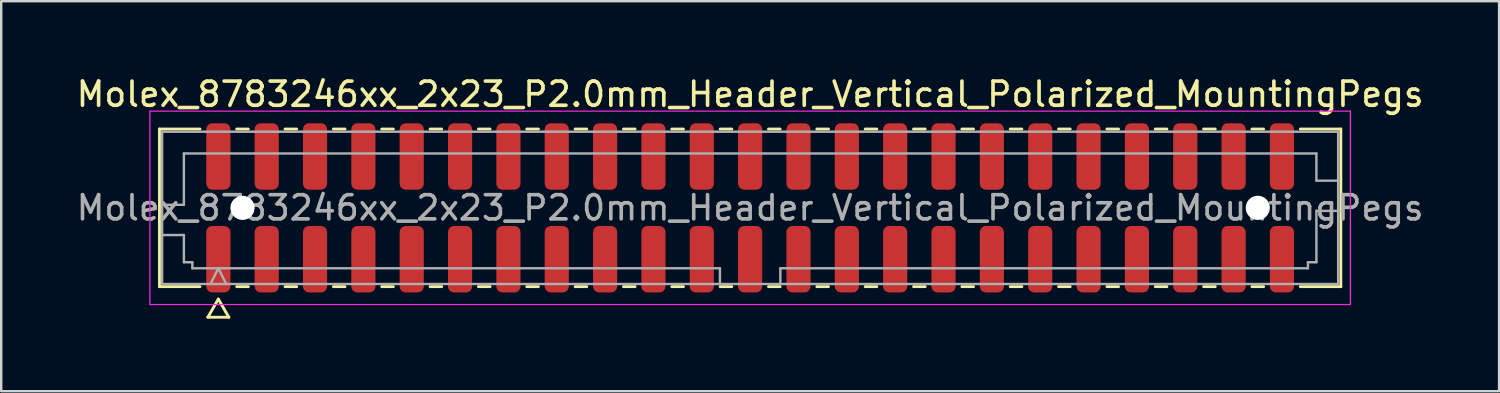
<source format=kicad_pcb>
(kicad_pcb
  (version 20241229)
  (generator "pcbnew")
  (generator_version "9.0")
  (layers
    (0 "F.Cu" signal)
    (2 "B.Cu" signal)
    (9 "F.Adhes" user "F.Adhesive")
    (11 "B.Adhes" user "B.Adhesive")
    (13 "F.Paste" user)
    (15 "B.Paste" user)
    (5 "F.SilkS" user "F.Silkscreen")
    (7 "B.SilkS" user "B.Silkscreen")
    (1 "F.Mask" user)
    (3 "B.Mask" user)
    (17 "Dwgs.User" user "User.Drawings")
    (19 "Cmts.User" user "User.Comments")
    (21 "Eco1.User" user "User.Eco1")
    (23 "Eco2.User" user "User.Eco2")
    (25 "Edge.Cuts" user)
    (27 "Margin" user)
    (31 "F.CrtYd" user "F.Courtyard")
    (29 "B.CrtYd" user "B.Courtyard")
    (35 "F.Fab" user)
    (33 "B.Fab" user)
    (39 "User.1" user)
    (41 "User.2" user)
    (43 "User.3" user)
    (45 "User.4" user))
  (footprint "Molex_8783246xx_2x23_P2.0mm_Header_Vertical_Polarized_MountingPegs"
    (layer "F.Cu")
    (at 27.982 5.548)
    (property "Reference" "Molex_8783246xx_2x23_P2.0mm_Header_Vertical_Polarized_MountingPegs" (at 0 -4.7 0) (layer "F.SilkS") (effects (font (size 1 1) (thickness 0.15))))
    (attr smd)
    (fp_line (start -24.435 -3.26) (end -22.76 -3.26) (stroke (width 0.12) (type solid)) (layer "F.SilkS"))
    (fp_line (start -24.435 3.26) (end -24.435 -3.26) (stroke (width 0.12) (type solid)) (layer "F.SilkS"))
    (fp_line (start -22.76 3.26) (end -24.435 3.26) (stroke (width 0.12) (type solid)) (layer "F.SilkS"))
    (fp_line (start -22.433 4.525) (end -22 3.775) (stroke (width 0.12) (type solid)) (layer "F.SilkS"))
    (fp_line (start -22 3.775) (end -21.567 4.525) (stroke (width 0.12) (type solid)) (layer "F.SilkS"))
    (fp_line (start -21.567 4.525) (end -22.433 4.525) (stroke (width 0.12) (type solid)) (layer "F.SilkS"))
    (fp_line (start -21.24 -3.26) (end -20.76 -3.26) (stroke (width 0.12) (type solid)) (layer "F.SilkS"))
    (fp_line (start -20.76 3.26) (end -21.24 3.26) (stroke (width 0.12) (type solid)) (layer "F.SilkS"))
    (fp_line (start -19.24 -3.26) (end -18.76 -3.26) (stroke (width 0.12) (type solid)) (layer "F.SilkS"))
    (fp_line (start -18.76 3.26) (end -19.24 3.26) (stroke (width 0.12) (type solid)) (layer "F.SilkS"))
    (fp_line (start -17.24 -3.26) (end -16.76 -3.26) (stroke (width 0.12) (type solid)) (layer "F.SilkS"))
    (fp_line (start -16.76 3.26) (end -17.24 3.26) (stroke (width 0.12) (type solid)) (layer "F.SilkS"))
    (fp_line (start -15.24 -3.26) (end -14.76 -3.26) (stroke (width 0.12) (type solid)) (layer "F.SilkS"))
    (fp_line (start -14.76 3.26) (end -15.24 3.26) (stroke (width 0.12) (type solid)) (layer "F.SilkS"))
    (fp_line (start -13.24 -3.26) (end -12.76 -3.26) (stroke (width 0.12) (type solid)) (layer "F.SilkS"))
    (fp_line (start -12.76 3.26) (end -13.24 3.26) (stroke (width 0.12) (type solid)) (layer "F.SilkS"))
    (fp_line (start -11.24 -3.26) (end -10.76 -3.26) (stroke (width 0.12) (type solid)) (layer "F.SilkS"))
    (fp_line (start -10.76 3.26) (end -11.24 3.26) (stroke (width 0.12) (type solid)) (layer "F.SilkS"))
    (fp_line (start -9.24 -3.26) (end -8.76 -3.26) (stroke (width 0.12) (type solid)) (layer "F.SilkS"))
    (fp_line (start -8.76 3.26) (end -9.24 3.26) (stroke (width 0.12) (type solid)) (layer "F.SilkS"))
    (fp_line (start -7.24 -3.26) (end -6.76 -3.26) (stroke (width 0.12) (type solid)) (layer "F.SilkS"))
    (fp_line (start -6.76 3.26) (end -7.24 3.26) (stroke (width 0.12) (type solid)) (layer "F.SilkS"))
    (fp_line (start -5.24 -3.26) (end -4.76 -3.26) (stroke (width 0.12) (type solid)) (layer "F.SilkS"))
    (fp_line (start -4.76 3.26) (end -5.24 3.26) (stroke (width 0.12) (type solid)) (layer "F.SilkS"))
    (fp_line (start -3.24 -3.26) (end -2.76 -3.26) (stroke (width 0.12) (type solid)) (layer "F.SilkS"))
    (fp_line (start -2.76 3.26) (end -3.24 3.26) (stroke (width 0.12) (type solid)) (layer "F.SilkS"))
    (fp_line (start -1.24 -3.26) (end -0.76 -3.26) (stroke (width 0.12) (type solid)) (layer "F.SilkS"))
    (fp_line (start -0.76 3.26) (end -1.24 3.26) (stroke (width 0.12) (type solid)) (layer "F.SilkS"))
    (fp_line (start 0.76 -3.26) (end 1.24 -3.26) (stroke (width 0.12) (type solid)) (layer "F.SilkS"))
    (fp_line (start 1.24 3.26) (end 0.76 3.26) (stroke (width 0.12) (type solid)) (layer "F.SilkS"))
    (fp_line (start 2.76 -3.26) (end 3.24 -3.26) (stroke (width 0.12) (type solid)) (layer "F.SilkS"))
    (fp_line (start 3.24 3.26) (end 2.76 3.26) (stroke (width 0.12) (type solid)) (layer "F.SilkS"))
    (fp_line (start 4.76 -3.26) (end 5.24 -3.26) (stroke (width 0.12) (type solid)) (layer "F.SilkS"))
    (fp_line (start 5.24 3.26) (end 4.76 3.26) (stroke (width 0.12) (type solid)) (layer "F.SilkS"))
    (fp_line (start 6.76 -3.26) (end 7.24 -3.26) (stroke (width 0.12) (type solid)) (layer "F.SilkS"))
    (fp_line (start 7.24 3.26) (end 6.76 3.26) (stroke (width 0.12) (type solid)) (layer "F.SilkS"))
    (fp_line (start 8.76 -3.26) (end 9.24 -3.26) (stroke (width 0.12) (type solid)) (layer "F.SilkS"))
    (fp_line (start 9.24 3.26) (end 8.76 3.26) (stroke (width 0.12) (type solid)) (layer "F.SilkS"))
    (fp_line (start 10.76 -3.26) (end 11.24 -3.26) (stroke (width 0.12) (type solid)) (layer "F.SilkS"))
    (fp_line (start 11.24 3.26) (end 10.76 3.26) (stroke (width 0.12) (type solid)) (layer "F.SilkS"))
    (fp_line (start 12.76 -3.26) (end 13.24 -3.26) (stroke (width 0.12) (type solid)) (layer "F.SilkS"))
    (fp_line (start 13.24 3.26) (end 12.76 3.26) (stroke (width 0.12) (type solid)) (layer "F.SilkS"))
    (fp_line (start 14.76 -3.26) (end 15.24 -3.26) (stroke (width 0.12) (type solid)) (layer "F.SilkS"))
    (fp_line (start 15.24 3.26) (end 14.76 3.26) (stroke (width 0.12) (type solid)) (layer "F.SilkS"))
    (fp_line (start 16.76 -3.26) (end 17.24 -3.26) (stroke (width 0.12) (type solid)) (layer "F.SilkS"))
    (fp_line (start 17.24 3.26) (end 16.76 3.26) (stroke (width 0.12) (type solid)) (layer "F.SilkS"))
    (fp_line (start 18.76 -3.26) (end 19.24 -3.26) (stroke (width 0.12) (type solid)) (layer "F.SilkS"))
    (fp_line (start 19.24 3.26) (end 18.76 3.26) (stroke (width 0.12) (type solid)) (layer "F.SilkS"))
    (fp_line (start 20.76 -3.26) (end 21.24 -3.26) (stroke (width 0.12) (type solid)) (layer "F.SilkS"))
    (fp_line (start 21.24 3.26) (end 20.76 3.26) (stroke (width 0.12) (type solid)) (layer "F.SilkS"))
    (fp_line (start 22.76 -3.26) (end 24.435 -3.26) (stroke (width 0.12) (type solid)) (layer "F.SilkS"))
    (fp_line (start 24.435 -3.26) (end 24.435 3.26) (stroke (width 0.12) (type solid)) (layer "F.SilkS"))
    (fp_line (start 24.435 3.26) (end 22.76 3.26) (stroke (width 0.12) (type solid)) (layer "F.SilkS"))
    (fp_line (start -24.83 -4) (end -24.83 4) (stroke (width 0.05) (type solid)) (layer "F.CrtYd"))
    (fp_line (start -24.83 4) (end 24.83 4) (stroke (width 0.05) (type solid)) (layer "F.CrtYd"))
    (fp_line (start 24.83 -4) (end -24.83 -4) (stroke (width 0.05) (type solid)) (layer "F.CrtYd"))
    (fp_line (start 24.83 4) (end 24.83 -4) (stroke (width 0.05) (type solid)) (layer "F.CrtYd"))
    (fp_line (start -24.325 -3.15) (end 24.325 -3.15) (stroke (width 0.1) (type solid)) (layer "F.Fab"))
    (fp_line (start -24.325 -0.125) (end -23.425 -0.125) (stroke (width 0.1) (type solid)) (layer "F.Fab"))
    (fp_line (start -24.325 1.125) (end -23.425 1.125) (stroke (width 0.1) (type solid)) (layer "F.Fab"))
    (fp_line (start -24.325 3.15) (end -24.325 -3.15) (stroke (width 0.1) (type solid)) (layer "F.Fab"))
    (fp_line (start -23.425 -2.25) (end 23.425 -2.25) (stroke (width 0.1) (type solid)) (layer "F.Fab"))
    (fp_line (start -23.425 -0.125) (end -23.425 -2.25) (stroke (width 0.1) (type solid)) (layer "F.Fab"))
    (fp_line (start -23.425 1.125) (end -23.425 2.25) (stroke (width 0.1) (type solid)) (layer "F.Fab"))
    (fp_line (start -23.425 2.25) (end -23.075 2.25) (stroke (width 0.1) (type solid)) (layer "F.Fab"))
    (fp_line (start -23.075 2.25) (end -23.075 2.5) (stroke (width 0.1) (type solid)) (layer "F.Fab"))
    (fp_line (start -23.075 2.5) (end -1.25 2.5) (stroke (width 0.1) (type solid)) (layer "F.Fab"))
    (fp_line (start -22.325 3.15) (end -22 2.5) (stroke (width 0.1) (type solid)) (layer "F.Fab"))
    (fp_line (start -22 2.5) (end -21.675 3.15) (stroke (width 0.1) (type solid)) (layer "F.Fab"))
    (fp_line (start -1.25 2.5) (end -1.25 3.15) (stroke (width 0.1) (type solid)) (layer "F.Fab"))
    (fp_line (start 1.25 2.5) (end 1.25 3.15) (stroke (width 0.1) (type solid)) (layer "F.Fab"))
    (fp_line (start 1.25 2.5) (end 23.075 2.5) (stroke (width 0.1) (type solid)) (layer "F.Fab"))
    (fp_line (start 23.075 2.25) (end 23.425 2.25) (stroke (width 0.1) (type solid)) (layer "F.Fab"))
    (fp_line (start 23.075 2.5) (end 23.075 2.25) (stroke (width 0.1) (type solid)) (layer "F.Fab"))
    (fp_line (start 23.425 -2.25) (end 23.425 -1.125) (stroke (width 0.1) (type solid)) (layer "F.Fab"))
    (fp_line (start 23.425 -1.125) (end 24.325 -1.125) (stroke (width 0.1) (type solid)) (layer "F.Fab"))
    (fp_line (start 23.425 0.125) (end 24.325 0.125) (stroke (width 0.1) (type solid)) (layer "F.Fab"))
    (fp_line (start 23.425 2.25) (end 23.425 0.125) (stroke (width 0.1) (type solid)) (layer "F.Fab"))
    (fp_line (start 24.325 -3.15) (end 24.325 3.15) (stroke (width 0.1) (type solid)) (layer "F.Fab"))
    (fp_line (start 24.325 3.15) (end -24.325 3.15) (stroke (width 0.1) (type solid)) (layer "F.Fab"))
    (fp_text user "${REFERENCE}" (at 0 0 0) (layer "F.Fab") (effects (font (size 1 1) (thickness 0.15))))
    (pad "" np_thru_hole circle (at -21 0) (size 1 1) (drill 1) (layers "*.Cu" "*.Mask"))
    (pad "" np_thru_hole circle (at 21 0) (size 1 1) (drill 1) (layers "*.Cu" "*.Mask"))
    (pad "1" smd roundrect (at -22 2.125) (size 1 2.75) (layers "F.Cu" "F.Mask" "F.Paste") (roundrect_rratio 0.25))
    (pad "2" smd roundrect (at -22 -2.125) (size 1 2.75) (layers "F.Cu" "F.Mask" "F.Paste") (roundrect_rratio 0.25))
    (pad "3" smd roundrect (at -20 2.125) (size 1 2.75) (layers "F.Cu" "F.Mask" "F.Paste") (roundrect_rratio 0.25))
    (pad "4" smd roundrect (at -20 -2.125) (size 1 2.75) (layers "F.Cu" "F.Mask" "F.Paste") (roundrect_rratio 0.25))
    (pad "5" smd roundrect (at -18 2.125) (size 1 2.75) (layers "F.Cu" "F.Mask" "F.Paste") (roundrect_rratio 0.25))
    (pad "6" smd roundrect (at -18 -2.125) (size 1 2.75) (layers "F.Cu" "F.Mask" "F.Paste") (roundrect_rratio 0.25))
    (pad "7" smd roundrect (at -16 2.125) (size 1 2.75) (layers "F.Cu" "F.Mask" "F.Paste") (roundrect_rratio 0.25))
    (pad "8" smd roundrect (at -16 -2.125) (size 1 2.75) (layers "F.Cu" "F.Mask" "F.Paste") (roundrect_rratio 0.25))
    (pad "9" smd roundrect (at -14 2.125) (size 1 2.75) (layers "F.Cu" "F.Mask" "F.Paste") (roundrect_rratio 0.25))
    (pad "10" smd roundrect (at -14 -2.125) (size 1 2.75) (layers "F.Cu" "F.Mask" "F.Paste") (roundrect_rratio 0.25))
    (pad "11" smd roundrect (at -12 2.125) (size 1 2.75) (layers "F.Cu" "F.Mask" "F.Paste") (roundrect_rratio 0.25))
    (pad "12" smd roundrect (at -12 -2.125) (size 1 2.75) (layers "F.Cu" "F.Mask" "F.Paste") (roundrect_rratio 0.25))
    (pad "13" smd roundrect (at -10 2.125) (size 1 2.75) (layers "F.Cu" "F.Mask" "F.Paste") (roundrect_rratio 0.25))
    (pad "14" smd roundrect (at -10 -2.125) (size 1 2.75) (layers "F.Cu" "F.Mask" "F.Paste") (roundrect_rratio 0.25))
    (pad "15" smd roundrect (at -8 2.125) (size 1 2.75) (layers "F.Cu" "F.Mask" "F.Paste") (roundrect_rratio 0.25))
    (pad "16" smd roundrect (at -8 -2.125) (size 1 2.75) (layers "F.Cu" "F.Mask" "F.Paste") (roundrect_rratio 0.25))
    (pad "17" smd roundrect (at -6 2.125) (size 1 2.75) (layers "F.Cu" "F.Mask" "F.Paste") (roundrect_rratio 0.25))
    (pad "18" smd roundrect (at -6 -2.125) (size 1 2.75) (layers "F.Cu" "F.Mask" "F.Paste") (roundrect_rratio 0.25))
    (pad "19" smd roundrect (at -4 2.125) (size 1 2.75) (layers "F.Cu" "F.Mask" "F.Paste") (roundrect_rratio 0.25))
    (pad "20" smd roundrect (at -4 -2.125) (size 1 2.75) (layers "F.Cu" "F.Mask" "F.Paste") (roundrect_rratio 0.25))
    (pad "21" smd roundrect (at -2 2.125) (size 1 2.75) (layers "F.Cu" "F.Mask" "F.Paste") (roundrect_rratio 0.25))
    (pad "22" smd roundrect (at -2 -2.125) (size 1 2.75) (layers "F.Cu" "F.Mask" "F.Paste") (roundrect_rratio 0.25))
    (pad "23" smd roundrect (at 0 2.125) (size 1 2.75) (layers "F.Cu" "F.Mask" "F.Paste") (roundrect_rratio 0.25))
    (pad "24" smd roundrect (at 0 -2.125) (size 1 2.75) (layers "F.Cu" "F.Mask" "F.Paste") (roundrect_rratio 0.25))
    (pad "25" smd roundrect (at 2 2.125) (size 1 2.75) (layers "F.Cu" "F.Mask" "F.Paste") (roundrect_rratio 0.25))
    (pad "26" smd roundrect (at 2 -2.125) (size 1 2.75) (layers "F.Cu" "F.Mask" "F.Paste") (roundrect_rratio 0.25))
    (pad "27" smd roundrect (at 4 2.125) (size 1 2.75) (layers "F.Cu" "F.Mask" "F.Paste") (roundrect_rratio 0.25))
    (pad "28" smd roundrect (at 4 -2.125) (size 1 2.75) (layers "F.Cu" "F.Mask" "F.Paste") (roundrect_rratio 0.25))
    (pad "29" smd roundrect (at 6 2.125) (size 1 2.75) (layers "F.Cu" "F.Mask" "F.Paste") (roundrect_rratio 0.25))
    (pad "30" smd roundrect (at 6 -2.125) (size 1 2.75) (layers "F.Cu" "F.Mask" "F.Paste") (roundrect_rratio 0.25))
    (pad "31" smd roundrect (at 8 2.125) (size 1 2.75) (layers "F.Cu" "F.Mask" "F.Paste") (roundrect_rratio 0.25))
    (pad "32" smd roundrect (at 8 -2.125) (size 1 2.75) (layers "F.Cu" "F.Mask" "F.Paste") (roundrect_rratio 0.25))
    (pad "33" smd roundrect (at 10 2.125) (size 1 2.75) (layers "F.Cu" "F.Mask" "F.Paste") (roundrect_rratio 0.25))
    (pad "34" smd roundrect (at 10 -2.125) (size 1 2.75) (layers "F.Cu" "F.Mask" "F.Paste") (roundrect_rratio 0.25))
    (pad "35" smd roundrect (at 12 2.125) (size 1 2.75) (layers "F.Cu" "F.Mask" "F.Paste") (roundrect_rratio 0.25))
    (pad "36" smd roundrect (at 12 -2.125) (size 1 2.75) (layers "F.Cu" "F.Mask" "F.Paste") (roundrect_rratio 0.25))
    (pad "37" smd roundrect (at 14 2.125) (size 1 2.75) (layers "F.Cu" "F.Mask" "F.Paste") (roundrect_rratio 0.25))
    (pad "38" smd roundrect (at 14 -2.125) (size 1 2.75) (layers "F.Cu" "F.Mask" "F.Paste") (roundrect_rratio 0.25))
    (pad "39" smd roundrect (at 16 2.125) (size 1 2.75) (layers "F.Cu" "F.Mask" "F.Paste") (roundrect_rratio 0.25))
    (pad "40" smd roundrect (at 16 -2.125) (size 1 2.75) (layers "F.Cu" "F.Mask" "F.Paste") (roundrect_rratio 0.25))
    (pad "41" smd roundrect (at 18 2.125) (size 1 2.75) (layers "F.Cu" "F.Mask" "F.Paste") (roundrect_rratio 0.25))
    (pad "42" smd roundrect (at 18 -2.125) (size 1 2.75) (layers "F.Cu" "F.Mask" "F.Paste") (roundrect_rratio 0.25))
    (pad "43" smd roundrect (at 20 2.125) (size 1 2.75) (layers "F.Cu" "F.Mask" "F.Paste") (roundrect_rratio 0.25))
    (pad "44" smd roundrect (at 20 -2.125) (size 1 2.75) (layers "F.Cu" "F.Mask" "F.Paste") (roundrect_rratio 0.25))
    (pad "45" smd roundrect (at 22 2.125) (size 1 2.75) (layers "F.Cu" "F.Mask" "F.Paste") (roundrect_rratio 0.25))
    (pad "46" smd roundrect (at 22 -2.125) (size 1 2.75) (layers "F.Cu" "F.Mask" "F.Paste") (roundrect_rratio 0.25)))
  (gr_rect
    (start -3 -3)
    (end 58.964 13.133)
    (stroke (width 0.1) (type default))
    (fill no)
    (layer "Edge.Cuts")))
</source>
